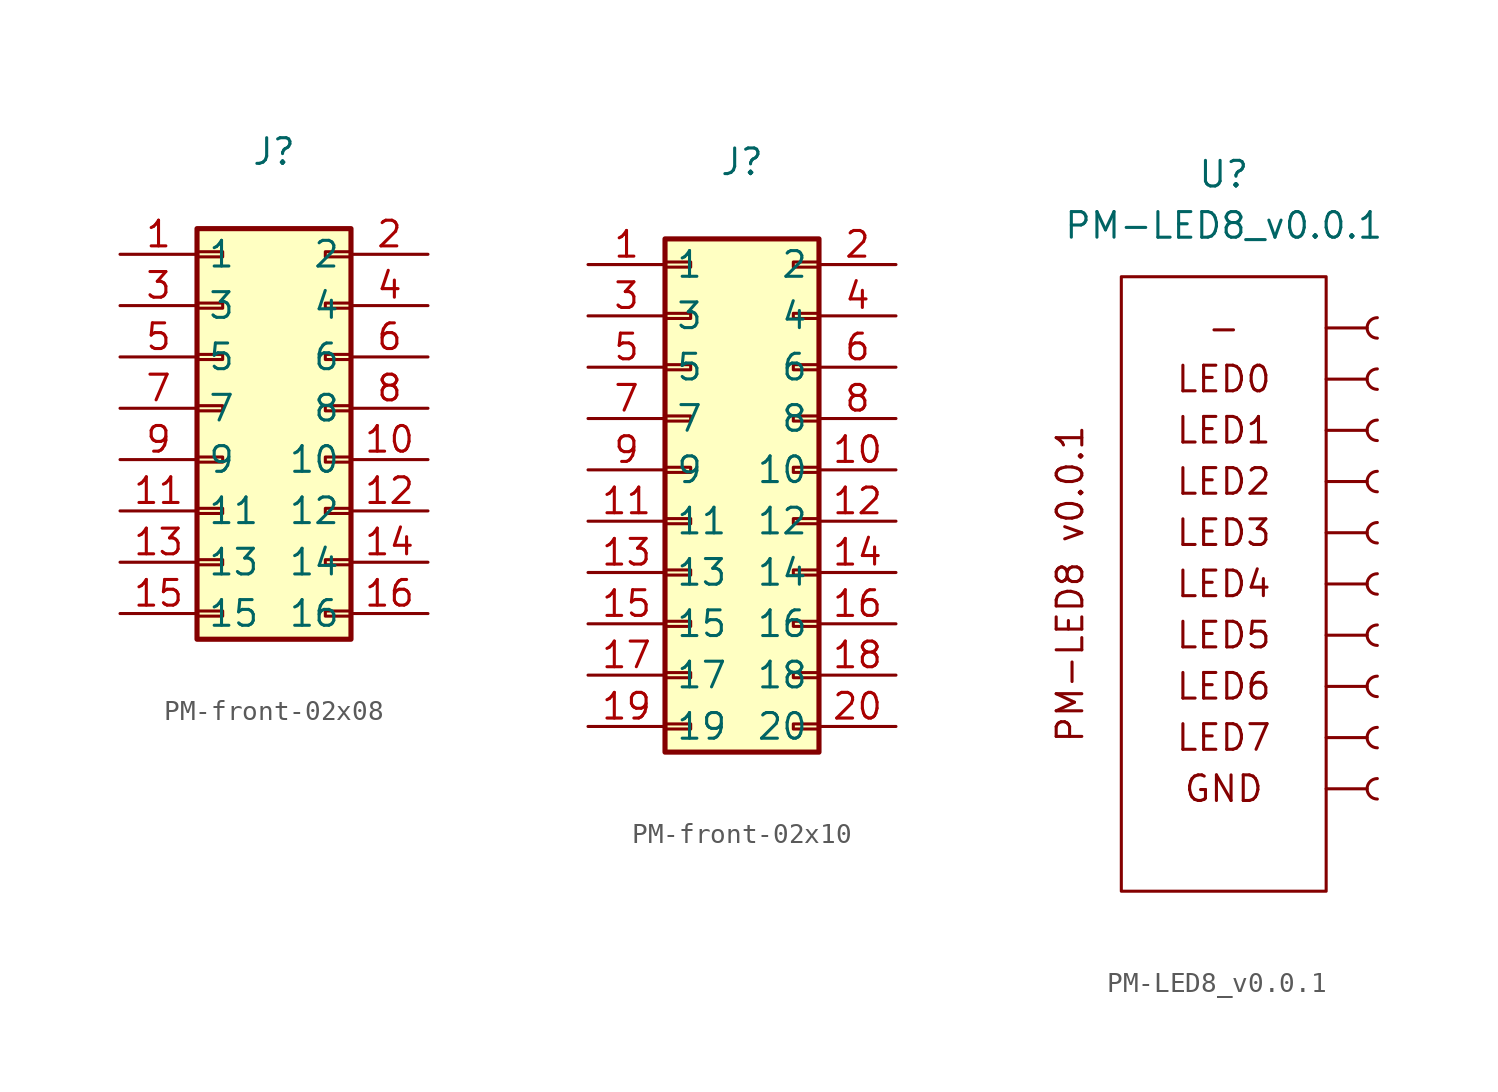
<source format=kicad_sym>
(kicad_symbol_lib
  (version 20231120)
  (generator "kicad_symbol_editor")
  (generator_version "8.0")
  (symbol "PM-front-02x08"
    (property "Reference" "J"
      (at 0 0 0)
      (effects (font (size 1.27 1.27))))
    (property "Value" ""
      (at 0 0 0)
      (effects (font (size 1.27 1.27))))
    (symbol "PM-front-02x08_1_1"
      (rectangle (start -3.81 -22.733) (end -2.54 -22.987) (stroke (width 0.152) (type default)) (fill (type none)))
      (rectangle (start -3.81 -20.193) (end -2.54 -20.447) (stroke (width 0.152) (type default)) (fill (type none)))
      (rectangle (start -3.81 -17.653) (end -2.54 -17.907) (stroke (width 0.152) (type default)) (fill (type none)))
      (rectangle (start -3.81 -15.113) (end -2.54 -15.367) (stroke (width 0.152) (type default)) (fill (type none)))
      (rectangle (start -3.81 -12.573) (end -2.54 -12.827) (stroke (width 0.152) (type default)) (fill (type none)))
      (rectangle (start -3.81 -10.033) (end -2.54 -10.287) (stroke (width 0.152) (type default)) (fill (type none)))
      (rectangle (start -3.81 -7.493) (end -2.54 -7.747) (stroke (width 0.152) (type default)) (fill (type none)))
      (rectangle (start -3.81 -4.953) (end -2.54 -5.207) (stroke (width 0.152) (type default)) (fill (type none)))
      (rectangle (start -3.81 -3.81) (end 3.81 -24.13) (stroke (width 0.254) (type default)) (fill (type background)))
      (rectangle (start 3.81 -22.733) (end 2.54 -22.987) (stroke (width 0.152) (type default)) (fill (type none)))
      (rectangle (start 3.81 -20.193) (end 2.54 -20.447) (stroke (width 0.152) (type default)) (fill (type none)))
      (rectangle (start 3.81 -17.653) (end 2.54 -17.907) (stroke (width 0.152) (type default)) (fill (type none)))
      (rectangle (start 3.81 -15.113) (end 2.54 -15.367) (stroke (width 0.152) (type default)) (fill (type none)))
      (rectangle (start 3.81 -12.573) (end 2.54 -12.827) (stroke (width 0.152) (type default)) (fill (type none)))
      (rectangle (start 3.81 -10.033) (end 2.54 -10.287) (stroke (width 0.152) (type default)) (fill (type none)))
      (rectangle (start 3.81 -7.493) (end 2.54 -7.747) (stroke (width 0.152) (type default)) (fill (type none)))
      (rectangle (start 3.81 -4.953) (end 2.54 -5.207) (stroke (width 0.152) (type default)) (fill (type none)))
      (pin passive line (at -7.62 -5.08 0) (length 3.81) (name "1" (effects (font (size 1.27 1.27)))) (number "1" (effects (font (size 1.27 1.27)))))
      (pin passive line (at 7.62 -15.24 180) (length 3.81) (name "10" (effects (font (size 1.27 1.27)))) (number "10" (effects (font (size 1.27 1.27)))))
      (pin passive line (at -7.62 -17.78 0) (length 3.81) (name "11" (effects (font (size 1.27 1.27)))) (number "11" (effects (font (size 1.27 1.27)))))
      (pin passive line (at 7.62 -17.78 180) (length 3.81) (name "12" (effects (font (size 1.27 1.27)))) (number "12" (effects (font (size 1.27 1.27)))))
      (pin passive line (at -7.62 -20.32 0) (length 3.81) (name "13" (effects (font (size 1.27 1.27)))) (number "13" (effects (font (size 1.27 1.27)))))
      (pin passive line (at 7.62 -20.32 180) (length 3.81) (name "14" (effects (font (size 1.27 1.27)))) (number "14" (effects (font (size 1.27 1.27)))))
      (pin passive line (at -7.62 -22.86 0) (length 3.81) (name "15" (effects (font (size 1.27 1.27)))) (number "15" (effects (font (size 1.27 1.27)))))
      (pin passive line (at 7.62 -22.86 180) (length 3.81) (name "16" (effects (font (size 1.27 1.27)))) (number "16" (effects (font (size 1.27 1.27)))))
      (pin passive line (at 7.62 -5.08 180) (length 3.81) (name "2" (effects (font (size 1.27 1.27)))) (number "2" (effects (font (size 1.27 1.27)))))
      (pin passive line (at -7.62 -7.62 0) (length 3.81) (name "3" (effects (font (size 1.27 1.27)))) (number "3" (effects (font (size 1.27 1.27)))))
      (pin passive line (at 7.62 -7.62 180) (length 3.81) (name "4" (effects (font (size 1.27 1.27)))) (number "4" (effects (font (size 1.27 1.27)))))
      (pin passive line (at -7.62 -10.16 0) (length 3.81) (name "5" (effects (font (size 1.27 1.27)))) (number "5" (effects (font (size 1.27 1.27)))))
      (pin passive line (at 7.62 -10.16 180) (length 3.81) (name "6" (effects (font (size 1.27 1.27)))) (number "6" (effects (font (size 1.27 1.27)))))
      (pin passive line (at -7.62 -12.7 0) (length 3.81) (name "7" (effects (font (size 1.27 1.27)))) (number "7" (effects (font (size 1.27 1.27)))))
      (pin passive line (at 7.62 -12.7 180) (length 3.81) (name "8" (effects (font (size 1.27 1.27)))) (number "8" (effects (font (size 1.27 1.27)))))
      (pin passive line (at -7.62 -15.24 0) (length 3.81) (name "9" (effects (font (size 1.27 1.27)))) (number "9" (effects (font (size 1.27 1.27)))))))
  (symbol "PM-front-02x10"
    (property "Reference" "J"
      (at 0 0 0)
      (effects (font (size 1.27 1.27))))
    (property "Value" ""
      (at 0 0 0)
      (effects (font (size 1.27 1.27))))
    (symbol "PM-front-02x10_1_1"
      (rectangle (start -3.81 -27.813) (end -2.54 -28.067) (stroke (width 0.152) (type default)) (fill (type none)))
      (rectangle (start -3.81 -25.273) (end -2.54 -25.527) (stroke (width 0.152) (type default)) (fill (type none)))
      (rectangle (start -3.81 -22.733) (end -2.54 -22.987) (stroke (width 0.152) (type default)) (fill (type none)))
      (rectangle (start -3.81 -20.193) (end -2.54 -20.447) (stroke (width 0.152) (type default)) (fill (type none)))
      (rectangle (start -3.81 -17.653) (end -2.54 -17.907) (stroke (width 0.152) (type default)) (fill (type none)))
      (rectangle (start -3.81 -15.113) (end -2.54 -15.367) (stroke (width 0.152) (type default)) (fill (type none)))
      (rectangle (start -3.81 -12.573) (end -2.54 -12.827) (stroke (width 0.152) (type default)) (fill (type none)))
      (rectangle (start -3.81 -10.033) (end -2.54 -10.287) (stroke (width 0.152) (type default)) (fill (type none)))
      (rectangle (start -3.81 -7.493) (end -2.54 -7.747) (stroke (width 0.152) (type default)) (fill (type none)))
      (rectangle (start -3.81 -4.953) (end -2.54 -5.207) (stroke (width 0.152) (type default)) (fill (type none)))
      (rectangle (start -3.81 -3.81) (end 3.81 -29.21) (stroke (width 0.254) (type default)) (fill (type background)))
      (rectangle (start 3.81 -27.813) (end 2.54 -28.067) (stroke (width 0.152) (type default)) (fill (type none)))
      (rectangle (start 3.81 -25.273) (end 2.54 -25.527) (stroke (width 0.152) (type default)) (fill (type none)))
      (rectangle (start 3.81 -22.733) (end 2.54 -22.987) (stroke (width 0.152) (type default)) (fill (type none)))
      (rectangle (start 3.81 -20.193) (end 2.54 -20.447) (stroke (width 0.152) (type default)) (fill (type none)))
      (rectangle (start 3.81 -17.653) (end 2.54 -17.907) (stroke (width 0.152) (type default)) (fill (type none)))
      (rectangle (start 3.81 -15.113) (end 2.54 -15.367) (stroke (width 0.152) (type default)) (fill (type none)))
      (rectangle (start 3.81 -12.573) (end 2.54 -12.827) (stroke (width 0.152) (type default)) (fill (type none)))
      (rectangle (start 3.81 -10.033) (end 2.54 -10.287) (stroke (width 0.152) (type default)) (fill (type none)))
      (rectangle (start 3.81 -7.493) (end 2.54 -7.747) (stroke (width 0.152) (type default)) (fill (type none)))
      (rectangle (start 3.81 -4.953) (end 2.54 -5.207) (stroke (width 0.152) (type default)) (fill (type none)))
      (pin passive line (at -7.62 -5.08 0) (length 3.81) (name "1" (effects (font (size 1.27 1.27)))) (number "1" (effects (font (size 1.27 1.27)))))
      (pin passive line (at 7.62 -15.24 180) (length 3.81) (name "10" (effects (font (size 1.27 1.27)))) (number "10" (effects (font (size 1.27 1.27)))))
      (pin passive line (at -7.62 -17.78 0) (length 3.81) (name "11" (effects (font (size 1.27 1.27)))) (number "11" (effects (font (size 1.27 1.27)))))
      (pin passive line (at 7.62 -17.78 180) (length 3.81) (name "12" (effects (font (size 1.27 1.27)))) (number "12" (effects (font (size 1.27 1.27)))))
      (pin passive line (at -7.62 -20.32 0) (length 3.81) (name "13" (effects (font (size 1.27 1.27)))) (number "13" (effects (font (size 1.27 1.27)))))
      (pin passive line (at 7.62 -20.32 180) (length 3.81) (name "14" (effects (font (size 1.27 1.27)))) (number "14" (effects (font (size 1.27 1.27)))))
      (pin passive line (at -7.62 -22.86 0) (length 3.81) (name "15" (effects (font (size 1.27 1.27)))) (number "15" (effects (font (size 1.27 1.27)))))
      (pin passive line (at 7.62 -22.86 180) (length 3.81) (name "16" (effects (font (size 1.27 1.27)))) (number "16" (effects (font (size 1.27 1.27)))))
      (pin passive line (at -7.62 -25.4 0) (length 3.81) (name "17" (effects (font (size 1.27 1.27)))) (number "17" (effects (font (size 1.27 1.27)))))
      (pin passive line (at 7.62 -25.4 180) (length 3.81) (name "18" (effects (font (size 1.27 1.27)))) (number "18" (effects (font (size 1.27 1.27)))))
      (pin passive line (at -7.62 -27.94 0) (length 3.81) (name "19" (effects (font (size 1.27 1.27)))) (number "19" (effects (font (size 1.27 1.27)))))
      (pin passive line (at 7.62 -5.08 180) (length 3.81) (name "2" (effects (font (size 1.27 1.27)))) (number "2" (effects (font (size 1.27 1.27)))))
      (pin passive line (at 7.62 -27.94 180) (length 3.81) (name "20" (effects (font (size 1.27 1.27)))) (number "20" (effects (font (size 1.27 1.27)))))
      (pin passive line (at -7.62 -7.62 0) (length 3.81) (name "3" (effects (font (size 1.27 1.27)))) (number "3" (effects (font (size 1.27 1.27)))))
      (pin passive line (at 7.62 -7.62 180) (length 3.81) (name "4" (effects (font (size 1.27 1.27)))) (number "4" (effects (font (size 1.27 1.27)))))
      (pin passive line (at -7.62 -10.16 0) (length 3.81) (name "5" (effects (font (size 1.27 1.27)))) (number "5" (effects (font (size 1.27 1.27)))))
      (pin passive line (at 7.62 -10.16 180) (length 3.81) (name "6" (effects (font (size 1.27 1.27)))) (number "6" (effects (font (size 1.27 1.27)))))
      (pin passive line (at -7.62 -12.7 0) (length 3.81) (name "7" (effects (font (size 1.27 1.27)))) (number "7" (effects (font (size 1.27 1.27)))))
      (pin passive line (at 7.62 -12.7 180) (length 3.81) (name "8" (effects (font (size 1.27 1.27)))) (number "8" (effects (font (size 1.27 1.27)))))
      (pin passive line (at -7.62 -15.24 0) (length 3.81) (name "9" (effects (font (size 1.27 1.27)))) (number "9" (effects (font (size 1.27 1.27)))))))
  (symbol "PM-LED8_v0.0.1"
    (property "Reference" "U"
      (at 0 2.54 0)
      (effects (font (size 1.27 1.27))))
    (property "Value" "PM-LED8_v0.0.1"
      (at 0 0 0)
      (effects (font (size 1.27 1.27))))
    (symbol "PM-LED8_v0.0.1_0_1"
      (rectangle (start -5.08 -2.54) (end 5.08 -33.02) (stroke (width 0) (type default)) (fill (type none))))
    (symbol "PM-LED8_v0.0.1_1_1"
      (polyline (pts (xy 5.08 -27.94) (xy 7.11 -27.94)) (stroke (width 0.152) (type default)) (fill (type none)))
      (polyline (pts (xy 5.08 -25.4) (xy 7.11 -25.4)) (stroke (width 0.152) (type default)) (fill (type none)))
      (polyline (pts (xy 5.08 -22.86) (xy 7.11 -22.86)) (stroke (width 0.152) (type default)) (fill (type none)))
      (polyline (pts (xy 5.08 -20.32) (xy 7.11 -20.32)) (stroke (width 0.152) (type default)) (fill (type none)))
      (polyline (pts (xy 5.08 -17.78) (xy 7.11 -17.78)) (stroke (width 0.152) (type default)) (fill (type none)))
      (polyline (pts (xy 5.08 -15.24) (xy 7.11 -15.24)) (stroke (width 0.152) (type default)) (fill (type none)))
      (polyline (pts (xy 5.08 -12.7) (xy 7.11 -12.7)) (stroke (width 0.152) (type default)) (fill (type none)))
      (polyline (pts (xy 5.08 -10.16) (xy 7.11 -10.16)) (stroke (width 0.152) (type default)) (fill (type none)))
      (polyline (pts (xy 5.08 -7.62) (xy 7.11 -7.62)) (stroke (width 0.152) (type default)) (fill (type none)))
      (polyline (pts (xy 5.08 -5.08) (xy 7.11 -5.08)) (stroke (width 0.152) (type default)) (fill (type none)))
      (arc (start 7.6178 -27.432) (mid 7.112 -27.94) (end 7.6178 -28.448) (stroke (width 0.1524) (type default)) (fill (type none)))
      (arc (start 7.6178 -24.892) (mid 7.112 -25.4) (end 7.6178 -25.908) (stroke (width 0.1524) (type default)) (fill (type none)))
      (arc (start 7.6178 -22.352) (mid 7.112 -22.86) (end 7.6178 -23.368) (stroke (width 0.1524) (type default)) (fill (type none)))
      (arc (start 7.6178 -19.812) (mid 7.112 -20.32) (end 7.6178 -20.828) (stroke (width 0.1524) (type default)) (fill (type none)))
      (arc (start 7.6178 -17.272) (mid 7.112 -17.78) (end 7.6178 -18.288) (stroke (width 0.1524) (type default)) (fill (type none)))
      (arc (start 7.6178 -14.732) (mid 7.112 -15.24) (end 7.6178 -15.748) (stroke (width 0.1524) (type default)) (fill (type none)))
      (arc (start 7.6178 -12.192) (mid 7.112 -12.7) (end 7.6178 -13.208) (stroke (width 0.1524) (type default)) (fill (type none)))
      (arc (start 7.6178 -9.652) (mid 7.112 -10.16) (end 7.6178 -10.668) (stroke (width 0.1524) (type default)) (fill (type none)))
      (arc (start 7.6178 -7.112) (mid 7.112 -7.62) (end 7.6178 -8.128) (stroke (width 0.1524) (type default)) (fill (type none)))
      (arc (start 7.6178 -4.572) (mid 7.112 -5.08) (end 7.6178 -5.588) (stroke (width 0.1524) (type default)) (fill (type none)))
      (text "-" (at 0 -5.08 0) (effects (font (size 1.27 1.27))))
      (text "GND" (at 0 -27.94 0) (effects (font (size 1.27 1.27))))
      (text "LED0" (at 0 -7.62 0) (effects (font (size 1.27 1.27))))
      (text "LED1" (at 0 -10.16 0) (effects (font (size 1.27 1.27))))
      (text "LED2" (at 0 -12.7 0) (effects (font (size 1.27 1.27))))
      (text "LED3" (at 0 -15.24 0) (effects (font (size 1.27 1.27))))
      (text "LED4" (at 0 -17.78 0) (effects (font (size 1.27 1.27))))
      (text "LED5" (at 0 -20.32 0) (effects (font (size 1.27 1.27))))
      (text "LED6" (at 0 -22.86 0) (effects (font (size 1.27 1.27))))
      (text "LED7" (at 0 -25.4 0) (effects (font (size 1.27 1.27))))
      (text "PM-LED8 v0.0.1" (at -7.62 -17.78 900) (effects (font (size 1.27 1.27)))))))
</source>
